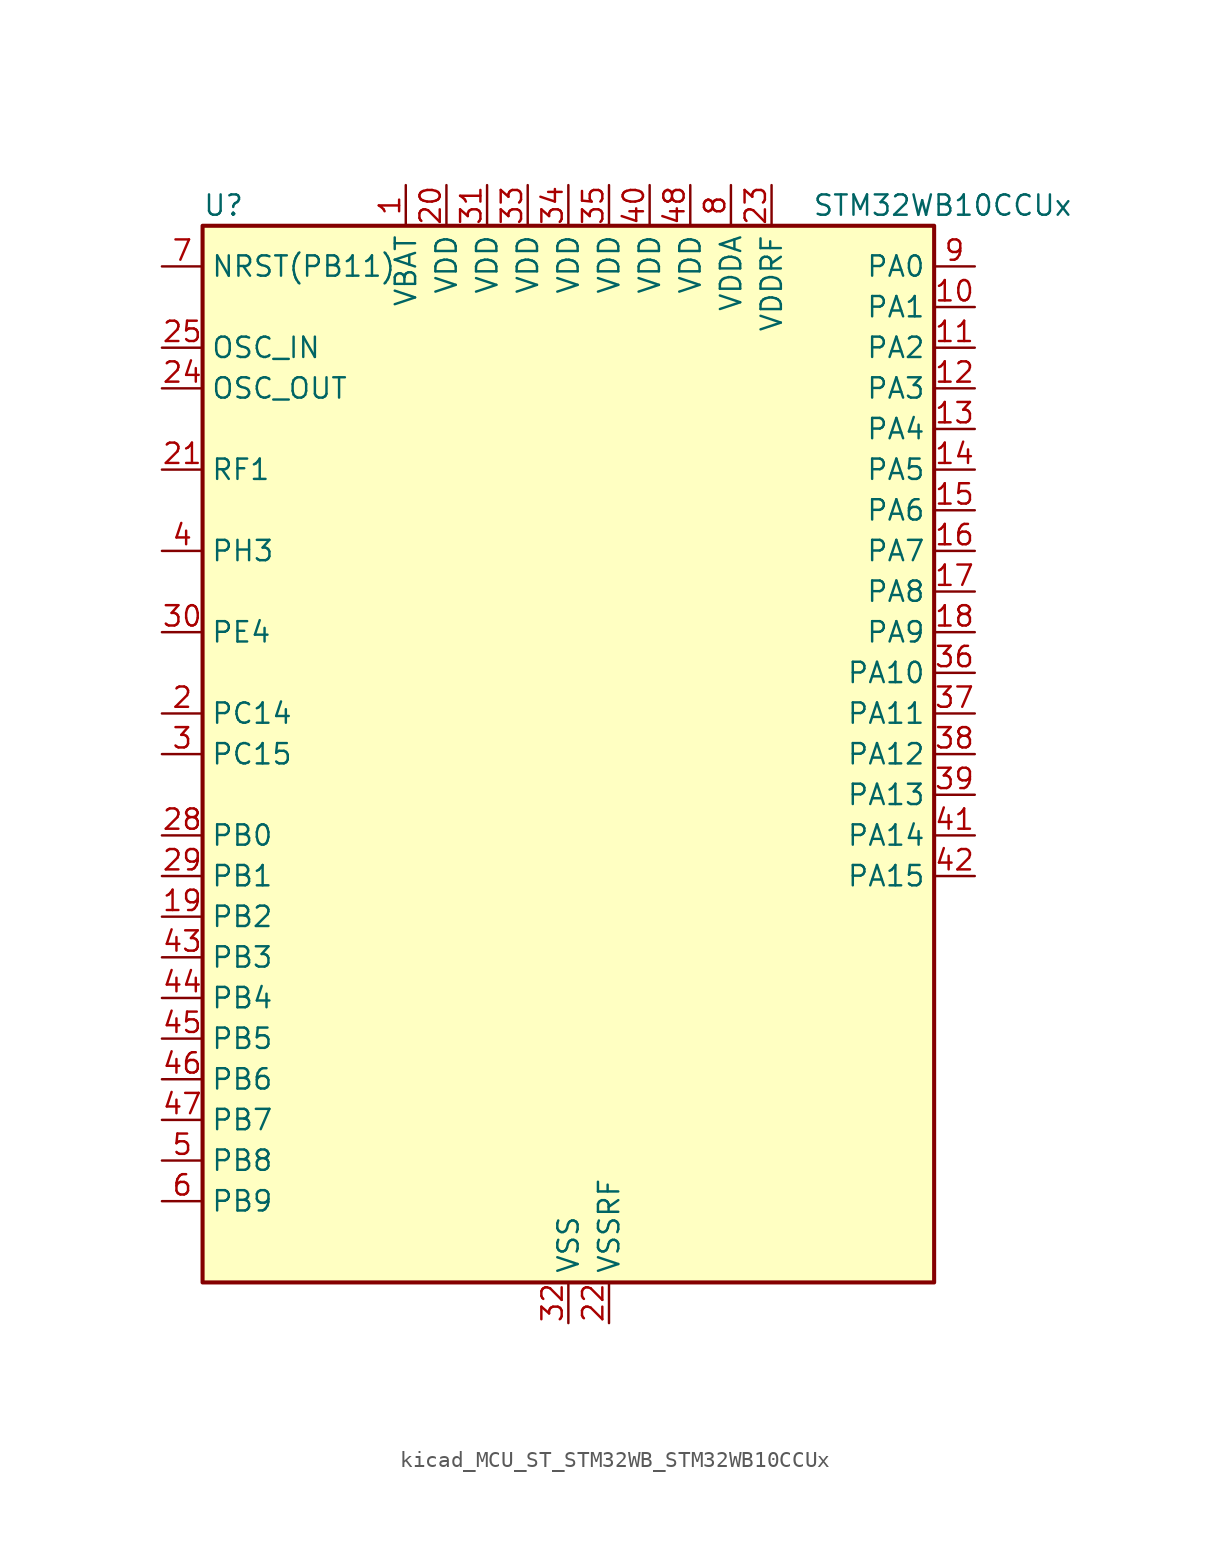
<source format=kicad_sym>
(kicad_symbol_lib
  (version 20220914)
  (generator kicad_symbol_editor)
  (symbol "kicad_MCU_ST_STM32WB_STM32WB10CCUx"
    (property "Reference" "U"
      (at -22.86 34.29 0)
      (effects (font (size 1.27 1.27)) (justify left)))
    (property "Value" "STM32WB10CCUx"
      (at 15.24 34.29 0)
      (effects (font (size 1.27 1.27)) (justify left)))
    (property "ki_locked" ""
      (at 0 0 0)
      (effects (font (size 1.27 1.27))))
    (symbol "kicad_MCU_ST_STM32WB_STM32WB10CCUx_0_1"
      (rectangle (start -22.86 -33.02) (end 22.86 33.02) (stroke (width 0.254) (type default)) (fill (type background))))
    (symbol "kicad_MCU_ST_STM32WB_STM32WB10CCUx_1_1"
      (pin power_in line (at -10.16 35.56 270) (length 2.54) (name "VBAT" (effects (font (size 1.27 1.27)))) (number "1" (effects (font (size 1.27 1.27)))))
      (pin bidirectional line (at 25.4 27.94 180) (length 2.54) (name "PA1" (effects (font (size 1.27 1.27)))) (number "10" (effects (font (size 1.27 1.27)))) (alternate "ADC1_IN6" bidirectional line) (alternate "I2C1_SMBA" bidirectional line) (alternate "SPI1_SCK" bidirectional line) (alternate "TIM2_CH2" bidirectional line))
      (pin bidirectional line (at 25.4 25.4 180) (length 2.54) (name "PA2" (effects (font (size 1.27 1.27)))) (number "11" (effects (font (size 1.27 1.27)))) (alternate "ADC1_IN7" bidirectional line) (alternate "RCC_LSCO" bidirectional line) (alternate "SYS_WKUP4" bidirectional line) (alternate "TIM2_CH3" bidirectional line))
      (pin bidirectional line (at 25.4 22.86 180) (length 2.54) (name "PA3" (effects (font (size 1.27 1.27)))) (number "12" (effects (font (size 1.27 1.27)))) (alternate "ADC1_IN8" bidirectional line) (alternate "TIM2_CH4" bidirectional line))
      (pin bidirectional line (at 25.4 20.32 180) (length 2.54) (name "PA4" (effects (font (size 1.27 1.27)))) (number "13" (effects (font (size 1.27 1.27)))) (alternate "ADC1_IN9" bidirectional line) (alternate "LPTIM2_OUT" bidirectional line) (alternate "SPI1_NSS" bidirectional line))
      (pin bidirectional line (at 25.4 17.78 180) (length 2.54) (name "PA5" (effects (font (size 1.27 1.27)))) (number "14" (effects (font (size 1.27 1.27)))) (alternate "ADC1_IN10" bidirectional line) (alternate "LPTIM2_ETR" bidirectional line) (alternate "SPI1_MOSI" bidirectional line) (alternate "SPI1_SCK" bidirectional line) (alternate "TIM2_CH1" bidirectional line) (alternate "TIM2_ETR" bidirectional line))
      (pin bidirectional line (at 25.4 15.24 180) (length 2.54) (name "PA6" (effects (font (size 1.27 1.27)))) (number "15" (effects (font (size 1.27 1.27)))) (alternate "ADC1_IN11" bidirectional line) (alternate "SPI1_MISO" bidirectional line) (alternate "TIM1_BKIN" bidirectional line))
      (pin bidirectional line (at 25.4 12.7 180) (length 2.54) (name "PA7" (effects (font (size 1.27 1.27)))) (number "16" (effects (font (size 1.27 1.27)))) (alternate "ADC1_IN2" bidirectional line) (alternate "SPI1_MOSI" bidirectional line) (alternate "TIM1_CH1N" bidirectional line))
      (pin bidirectional line (at 25.4 10.16 180) (length 2.54) (name "PA8" (effects (font (size 1.27 1.27)))) (number "17" (effects (font (size 1.27 1.27)))) (alternate "ADC1_IN3" bidirectional line) (alternate "LPTIM2_OUT" bidirectional line) (alternate "RCC_MCO" bidirectional line) (alternate "TIM1_CH1" bidirectional line) (alternate "USART1_CK" bidirectional line))
      (pin bidirectional line (at 25.4 7.62 180) (length 2.54) (name "PA9" (effects (font (size 1.27 1.27)))) (number "18" (effects (font (size 1.27 1.27)))) (alternate "ADC1_IN4" bidirectional line) (alternate "I2C1_SCL" bidirectional line) (alternate "TIM1_CH2" bidirectional line) (alternate "USART1_TX" bidirectional line))
      (pin bidirectional line (at -25.4 -10.16 0) (length 2.54) (name "PB2" (effects (font (size 1.27 1.27)))) (number "19" (effects (font (size 1.27 1.27)))) (alternate "LPTIM1_OUT" bidirectional line) (alternate "RTC_OUT" bidirectional line) (alternate "SPI1_NSS" bidirectional line))
      (pin bidirectional line (at -25.4 2.54 0) (length 2.54) (name "PC14" (effects (font (size 1.27 1.27)))) (number "2" (effects (font (size 1.27 1.27)))) (alternate "RCC_OSC32_IN" bidirectional line))
      (pin power_in line (at -7.62 35.56 270) (length 2.54) (name "VDD" (effects (font (size 1.27 1.27)))) (number "20" (effects (font (size 1.27 1.27)))))
      (pin bidirectional line (at -25.4 17.78 0) (length 2.54) (name "RF1" (effects (font (size 1.27 1.27)))) (number "21" (effects (font (size 1.27 1.27)))) (alternate "RF_RF1" bidirectional line))
      (pin power_in line (at 2.54 -35.56 90) (length 2.54) (name "VSSRF" (effects (font (size 1.27 1.27)))) (number "22" (effects (font (size 1.27 1.27)))))
      (pin power_in line (at 12.7 35.56 270) (length 2.54) (name "VDDRF" (effects (font (size 1.27 1.27)))) (number "23" (effects (font (size 1.27 1.27)))))
      (pin input line (at -25.4 22.86 0) (length 2.54) (name "OSC_OUT" (effects (font (size 1.27 1.27)))) (number "24" (effects (font (size 1.27 1.27)))) (alternate "RCC_OSC_OUT" bidirectional line))
      (pin input line (at -25.4 25.4 0) (length 2.54) (name "OSC_IN" (effects (font (size 1.27 1.27)))) (number "25" (effects (font (size 1.27 1.27)))) (alternate "RCC_OSC_IN" bidirectional line))
      (pin no_connect line (at -22.86 -33.02 0) (length 2.54) hide (name "AT0" (effects (font (size 1.27 1.27)))) (number "26" (effects (font (size 1.27 1.27)))))
      (pin no_connect line (at -22.86 -30.48 0) (length 2.54) hide (name "AT1" (effects (font (size 1.27 1.27)))) (number "27" (effects (font (size 1.27 1.27)))))
      (pin bidirectional line (at -25.4 -5.08 0) (length 2.54) (name "PB0" (effects (font (size 1.27 1.27)))) (number "28" (effects (font (size 1.27 1.27)))) (alternate "RF_TX_MOD_EXT_PA" bidirectional line))
      (pin bidirectional line (at -25.4 -7.62 0) (length 2.54) (name "PB1" (effects (font (size 1.27 1.27)))) (number "29" (effects (font (size 1.27 1.27)))) (alternate "LPTIM2_IN1" bidirectional line))
      (pin bidirectional line (at -25.4 0 0) (length 2.54) (name "PC15" (effects (font (size 1.27 1.27)))) (number "3" (effects (font (size 1.27 1.27)))) (alternate "RCC_OSC32_OUT" bidirectional line))
      (pin bidirectional line (at -25.4 7.62 0) (length 2.54) (name "PE4" (effects (font (size 1.27 1.27)))) (number "30" (effects (font (size 1.27 1.27)))))
      (pin power_in line (at -5.08 35.56 270) (length 2.54) (name "VDD" (effects (font (size 1.27 1.27)))) (number "31" (effects (font (size 1.27 1.27)))))
      (pin power_in line (at 0 -35.56 90) (length 2.54) (name "VSS" (effects (font (size 1.27 1.27)))) (number "32" (effects (font (size 1.27 1.27)))))
      (pin power_in line (at -2.54 35.56 270) (length 2.54) (name "VDD" (effects (font (size 1.27 1.27)))) (number "33" (effects (font (size 1.27 1.27)))))
      (pin power_in line (at 0 35.56 270) (length 2.54) (name "VDD" (effects (font (size 1.27 1.27)))) (number "34" (effects (font (size 1.27 1.27)))))
      (pin power_in line (at 2.54 35.56 270) (length 2.54) (name "VDD" (effects (font (size 1.27 1.27)))) (number "35" (effects (font (size 1.27 1.27)))))
      (pin bidirectional line (at 25.4 5.08 180) (length 2.54) (name "PA10" (effects (font (size 1.27 1.27)))) (number "36" (effects (font (size 1.27 1.27)))) (alternate "I2C1_SDA" bidirectional line) (alternate "TIM1_CH3" bidirectional line) (alternate "TSC_G7_IO2" bidirectional line) (alternate "USART1_RX" bidirectional line))
      (pin bidirectional line (at 25.4 2.54 180) (length 2.54) (name "PA11" (effects (font (size 1.27 1.27)))) (number "37" (effects (font (size 1.27 1.27)))) (alternate "ADC1_EXTI11" bidirectional line) (alternate "SPI1_MISO" bidirectional line) (alternate "TIM1_BKIN2" bidirectional line) (alternate "TIM1_CH4" bidirectional line) (alternate "USART1_CTS" bidirectional line) (alternate "USART1_NSS" bidirectional line))
      (pin bidirectional line (at 25.4 0 180) (length 2.54) (name "PA12" (effects (font (size 1.27 1.27)))) (number "38" (effects (font (size 1.27 1.27)))) (alternate "SPI1_MOSI" bidirectional line) (alternate "TIM1_ETR" bidirectional line) (alternate "USART1_DE" bidirectional line) (alternate "USART1_RTS" bidirectional line))
      (pin bidirectional line (at 25.4 -2.54 180) (length 2.54) (name "PA13" (effects (font (size 1.27 1.27)))) (number "39" (effects (font (size 1.27 1.27)))) (alternate "SPI1_MOSI" bidirectional line) (alternate "SYS_JTMS-SWDIO" bidirectional line) (alternate "TSC_G7_IO1" bidirectional line))
      (pin bidirectional line (at -25.4 12.7 0) (length 2.54) (name "PH3" (effects (font (size 1.27 1.27)))) (number "4" (effects (font (size 1.27 1.27)))) (alternate "RCC_LSCO" bidirectional line))
      (pin power_in line (at 5.08 35.56 270) (length 2.54) (name "VDD" (effects (font (size 1.27 1.27)))) (number "40" (effects (font (size 1.27 1.27)))))
      (pin bidirectional line (at 25.4 -5.08 180) (length 2.54) (name "PA14" (effects (font (size 1.27 1.27)))) (number "41" (effects (font (size 1.27 1.27)))) (alternate "I2C1_SMBA" bidirectional line) (alternate "LPTIM1_OUT" bidirectional line) (alternate "SPI1_NSS" bidirectional line) (alternate "SYS_JTCK-SWCLK" bidirectional line))
      (pin bidirectional line (at 25.4 -7.62 180) (length 2.54) (name "PA15" (effects (font (size 1.27 1.27)))) (number "42" (effects (font (size 1.27 1.27)))) (alternate "RCC_MCO" bidirectional line) (alternate "SPI1_NSS" bidirectional line) (alternate "SYS_JTDI" bidirectional line) (alternate "TIM2_CH1" bidirectional line) (alternate "TIM2_ETR" bidirectional line))
      (pin bidirectional line (at -25.4 -12.7 0) (length 2.54) (name "PB3" (effects (font (size 1.27 1.27)))) (number "43" (effects (font (size 1.27 1.27)))) (alternate "SPI1_SCK" bidirectional line) (alternate "SYS_JTDO-SWO" bidirectional line) (alternate "TIM2_CH2" bidirectional line) (alternate "USART1_DE" bidirectional line) (alternate "USART1_RTS" bidirectional line))
      (pin bidirectional line (at -25.4 -15.24 0) (length 2.54) (name "PB4" (effects (font (size 1.27 1.27)))) (number "44" (effects (font (size 1.27 1.27)))) (alternate "SPI1_MISO" bidirectional line) (alternate "SYS_JTRST" bidirectional line) (alternate "TSC_G2_IO1" bidirectional line) (alternate "USART1_CTS" bidirectional line) (alternate "USART1_NSS" bidirectional line))
      (pin bidirectional line (at -25.4 -17.78 0) (length 2.54) (name "PB5" (effects (font (size 1.27 1.27)))) (number "45" (effects (font (size 1.27 1.27)))) (alternate "I2C1_SMBA" bidirectional line) (alternate "LPTIM1_IN1" bidirectional line) (alternate "SPI1_MOSI" bidirectional line) (alternate "TSC_G2_IO2" bidirectional line) (alternate "USART1_CK" bidirectional line))
      (pin bidirectional line (at -25.4 -20.32 0) (length 2.54) (name "PB6" (effects (font (size 1.27 1.27)))) (number "46" (effects (font (size 1.27 1.27)))) (alternate "I2C1_SCL" bidirectional line) (alternate "LPTIM1_ETR" bidirectional line) (alternate "RCC_MCO" bidirectional line) (alternate "SPI1_NSS" bidirectional line) (alternate "TSC_G2_IO3" bidirectional line) (alternate "USART1_TX" bidirectional line))
      (pin bidirectional line (at -25.4 -22.86 0) (length 2.54) (name "PB7" (effects (font (size 1.27 1.27)))) (number "47" (effects (font (size 1.27 1.27)))) (alternate "I2C1_SDA" bidirectional line) (alternate "LPTIM1_IN2" bidirectional line) (alternate "SYS_PVD_IN" bidirectional line) (alternate "TIM1_BKIN" bidirectional line) (alternate "TIM1_CH3" bidirectional line) (alternate "TSC_G2_IO4" bidirectional line) (alternate "USART1_RX" bidirectional line))
      (pin power_in line (at 7.62 35.56 270) (length 2.54) (name "VDD" (effects (font (size 1.27 1.27)))) (number "48" (effects (font (size 1.27 1.27)))))
      (pin passive line (at 0 -35.56 90) (length 2.54) hide (name "VSS" (effects (font (size 1.27 1.27)))) (number "49" (effects (font (size 1.27 1.27)))))
      (pin bidirectional line (at -25.4 -25.4 0) (length 2.54) (name "PB8" (effects (font (size 1.27 1.27)))) (number "5" (effects (font (size 1.27 1.27)))) (alternate "I2C1_SCL" bidirectional line) (alternate "TIM1_CH2N" bidirectional line) (alternate "TSC_G7_IO3" bidirectional line))
      (pin bidirectional line (at -25.4 -27.94 0) (length 2.54) (name "PB9" (effects (font (size 1.27 1.27)))) (number "6" (effects (font (size 1.27 1.27)))) (alternate "I2C1_SDA" bidirectional line) (alternate "TIM1_CH3N" bidirectional line) (alternate "TSC_G7_IO4" bidirectional line))
      (pin input line (at -25.4 30.48 0) (length 2.54) (name "NRST(PB11)" (effects (font (size 1.27 1.27)))) (number "7" (effects (font (size 1.27 1.27)))))
      (pin power_in line (at 10.16 35.56 270) (length 2.54) (name "VDDA" (effects (font (size 1.27 1.27)))) (number "8" (effects (font (size 1.27 1.27)))))
      (pin bidirectional line (at 25.4 30.48 180) (length 2.54) (name "PA0" (effects (font (size 1.27 1.27)))) (number "9" (effects (font (size 1.27 1.27)))) (alternate "ADC1_IN5" bidirectional line) (alternate "RTC_TAMP2" bidirectional line) (alternate "SYS_WKUP1" bidirectional line) (alternate "TIM2_CH1" bidirectional line) (alternate "TIM2_ETR" bidirectional line)))))
</source>
